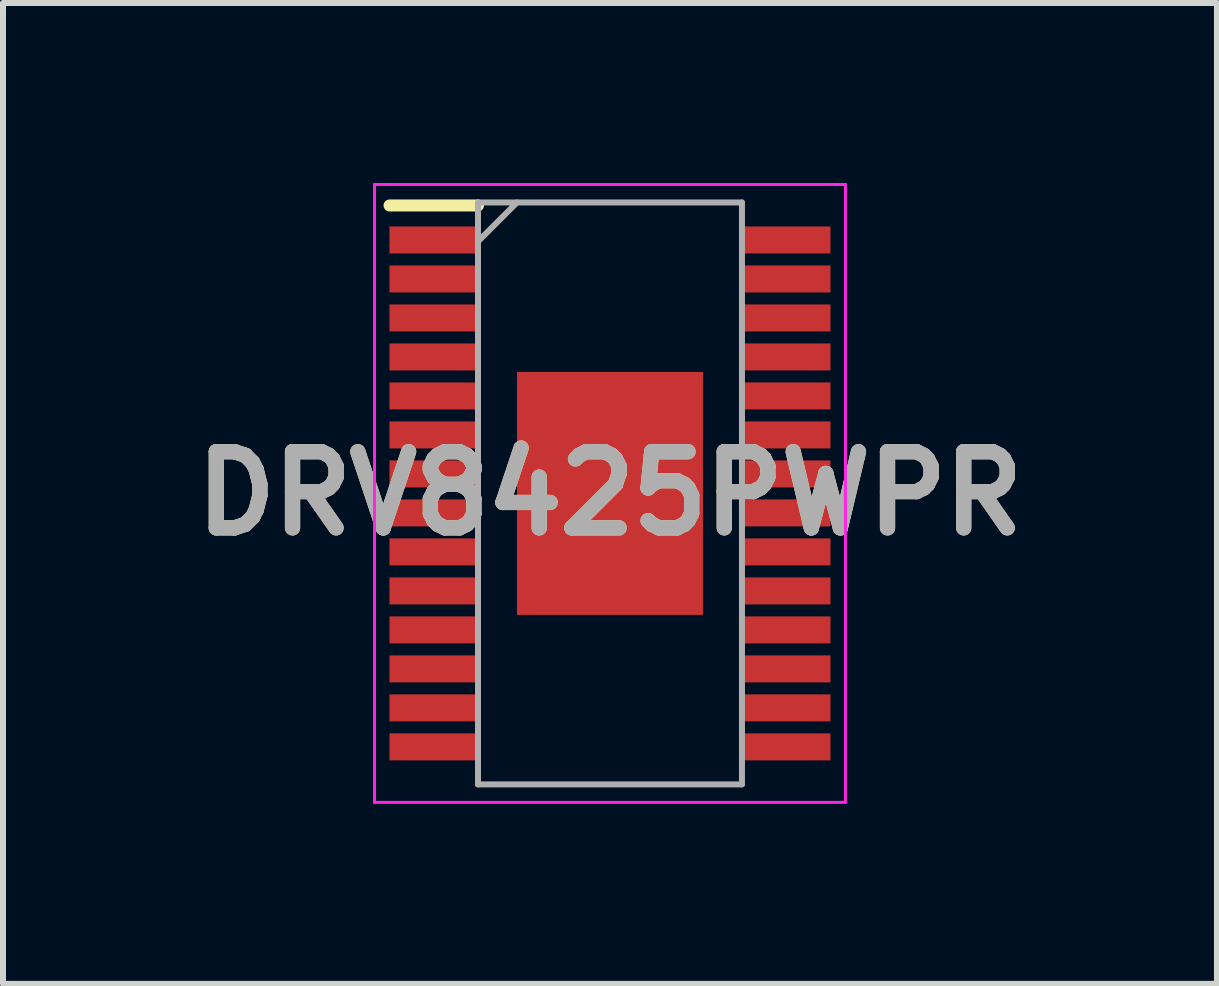
<source format=kicad_pcb>
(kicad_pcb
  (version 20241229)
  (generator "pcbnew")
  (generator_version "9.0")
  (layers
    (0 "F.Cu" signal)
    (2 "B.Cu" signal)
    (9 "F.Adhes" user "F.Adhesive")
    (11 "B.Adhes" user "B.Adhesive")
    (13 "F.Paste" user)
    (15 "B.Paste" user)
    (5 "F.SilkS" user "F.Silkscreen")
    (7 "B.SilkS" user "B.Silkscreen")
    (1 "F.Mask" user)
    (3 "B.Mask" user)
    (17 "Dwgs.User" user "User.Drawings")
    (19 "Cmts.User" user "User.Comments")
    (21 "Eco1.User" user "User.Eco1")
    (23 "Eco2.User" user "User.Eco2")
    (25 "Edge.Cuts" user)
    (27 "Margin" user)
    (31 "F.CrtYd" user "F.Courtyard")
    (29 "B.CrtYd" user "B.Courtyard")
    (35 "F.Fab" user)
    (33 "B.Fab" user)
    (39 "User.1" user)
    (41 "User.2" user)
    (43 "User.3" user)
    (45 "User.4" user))
  (footprint "DRV8425PWPR"
    (layer "F.Cu")
    (at 7.118 5.175)
    (property "Reference" "DRV8425PWPR" (at 0 0 0) (layer "F.SilkS") (effects (font (size 1.27 1.27) (thickness 0.254))))
    (attr smd)
    (fp_line (start -3.675 -4.8) (end -2.2 -4.8) (stroke (width 0.2) (type solid)) (layer "F.SilkS"))
    (fp_line (start -3.925 -5.15) (end 3.925 -5.15) (stroke (width 0.05) (type solid)) (layer "F.CrtYd"))
    (fp_line (start -3.925 5.15) (end -3.925 -5.15) (stroke (width 0.05) (type solid)) (layer "F.CrtYd"))
    (fp_line (start 3.925 -5.15) (end 3.925 5.15) (stroke (width 0.05) (type solid)) (layer "F.CrtYd"))
    (fp_line (start 3.925 5.15) (end -3.925 5.15) (stroke (width 0.05) (type solid)) (layer "F.CrtYd"))
    (fp_line (start -2.2 -4.85) (end 2.2 -4.85) (stroke (width 0.1) (type solid)) (layer "F.Fab"))
    (fp_line (start -2.2 -4.2) (end -1.55 -4.85) (stroke (width 0.1) (type solid)) (layer "F.Fab"))
    (fp_line (start -2.2 4.85) (end -2.2 -4.85) (stroke (width 0.1) (type solid)) (layer "F.Fab"))
    (fp_line (start 2.2 -4.85) (end 2.2 4.85) (stroke (width 0.1) (type solid)) (layer "F.Fab"))
    (fp_line (start 2.2 4.85) (end -2.2 4.85) (stroke (width 0.1) (type solid)) (layer "F.Fab"))
    (fp_text user "${REFERENCE}" (at 0 0 0) (layer "F.Fab") (effects (font (size 1.27 1.27) (thickness 0.254))))
    (pad "1" smd rect (at -2.938 -4.225 90) (size 0.45 1.475) (layers "F.Cu" "F.Mask" "F.Paste"))
    (pad "2" smd rect (at -2.938 -3.575 90) (size 0.45 1.475) (layers "F.Cu" "F.Mask" "F.Paste"))
    (pad "3" smd rect (at -2.938 -2.925 90) (size 0.45 1.475) (layers "F.Cu" "F.Mask" "F.Paste"))
    (pad "4" smd rect (at -2.938 -2.275 90) (size 0.45 1.475) (layers "F.Cu" "F.Mask" "F.Paste"))
    (pad "5" smd rect (at -2.938 -1.625 90) (size 0.45 1.475) (layers "F.Cu" "F.Mask" "F.Paste"))
    (pad "6" smd rect (at -2.938 -0.975 90) (size 0.45 1.475) (layers "F.Cu" "F.Mask" "F.Paste"))
    (pad "7" smd rect (at -2.938 -0.325 90) (size 0.45 1.475) (layers "F.Cu" "F.Mask" "F.Paste"))
    (pad "8" smd rect (at -2.938 0.325 90) (size 0.45 1.475) (layers "F.Cu" "F.Mask" "F.Paste"))
    (pad "9" smd rect (at -2.938 0.975 90) (size 0.45 1.475) (layers "F.Cu" "F.Mask" "F.Paste"))
    (pad "10" smd rect (at -2.938 1.625 90) (size 0.45 1.475) (layers "F.Cu" "F.Mask" "F.Paste"))
    (pad "11" smd rect (at -2.938 2.275 90) (size 0.45 1.475) (layers "F.Cu" "F.Mask" "F.Paste"))
    (pad "12" smd rect (at -2.938 2.925 90) (size 0.45 1.475) (layers "F.Cu" "F.Mask" "F.Paste"))
    (pad "13" smd rect (at -2.938 3.575 90) (size 0.45 1.475) (layers "F.Cu" "F.Mask" "F.Paste"))
    (pad "14" smd rect (at -2.938 4.225 90) (size 0.45 1.475) (layers "F.Cu" "F.Mask" "F.Paste"))
    (pad "15" smd rect (at 2.938 4.225 90) (size 0.45 1.475) (layers "F.Cu" "F.Mask" "F.Paste"))
    (pad "16" smd rect (at 2.938 3.575 90) (size 0.45 1.475) (layers "F.Cu" "F.Mask" "F.Paste"))
    (pad "17" smd rect (at 2.938 2.925 90) (size 0.45 1.475) (layers "F.Cu" "F.Mask" "F.Paste"))
    (pad "18" smd rect (at 2.938 2.275 90) (size 0.45 1.475) (layers "F.Cu" "F.Mask" "F.Paste"))
    (pad "19" smd rect (at 2.938 1.625 90) (size 0.45 1.475) (layers "F.Cu" "F.Mask" "F.Paste"))
    (pad "20" smd rect (at 2.938 0.975 90) (size 0.45 1.475) (layers "F.Cu" "F.Mask" "F.Paste"))
    (pad "21" smd rect (at 2.938 0.325 90) (size 0.45 1.475) (layers "F.Cu" "F.Mask" "F.Paste"))
    (pad "22" smd rect (at 2.938 -0.325 90) (size 0.45 1.475) (layers "F.Cu" "F.Mask" "F.Paste"))
    (pad "23" smd rect (at 2.938 -0.975 90) (size 0.45 1.475) (layers "F.Cu" "F.Mask" "F.Paste"))
    (pad "24" smd rect (at 2.938 -1.625 90) (size 0.45 1.475) (layers "F.Cu" "F.Mask" "F.Paste"))
    (pad "25" smd rect (at 2.938 -2.275 90) (size 0.45 1.475) (layers "F.Cu" "F.Mask" "F.Paste"))
    (pad "26" smd rect (at 2.938 -2.925 90) (size 0.45 1.475) (layers "F.Cu" "F.Mask" "F.Paste"))
    (pad "27" smd rect (at 2.938 -3.575 90) (size 0.45 1.475) (layers "F.Cu" "F.Mask" "F.Paste"))
    (pad "28" smd rect (at 2.938 -4.225 90) (size 0.45 1.475) (layers "F.Cu" "F.Mask" "F.Paste"))
    (pad "29" smd rect (at 0 0) (size 3.1 4.05) (layers "F.Cu" "F.Mask" "F.Paste")))
  (gr_rect
    (start -3 -3)
    (end 17.236 13.35)
    (stroke (width 0.1) (type default))
    (fill no)
    (layer "Edge.Cuts")))
</source>
